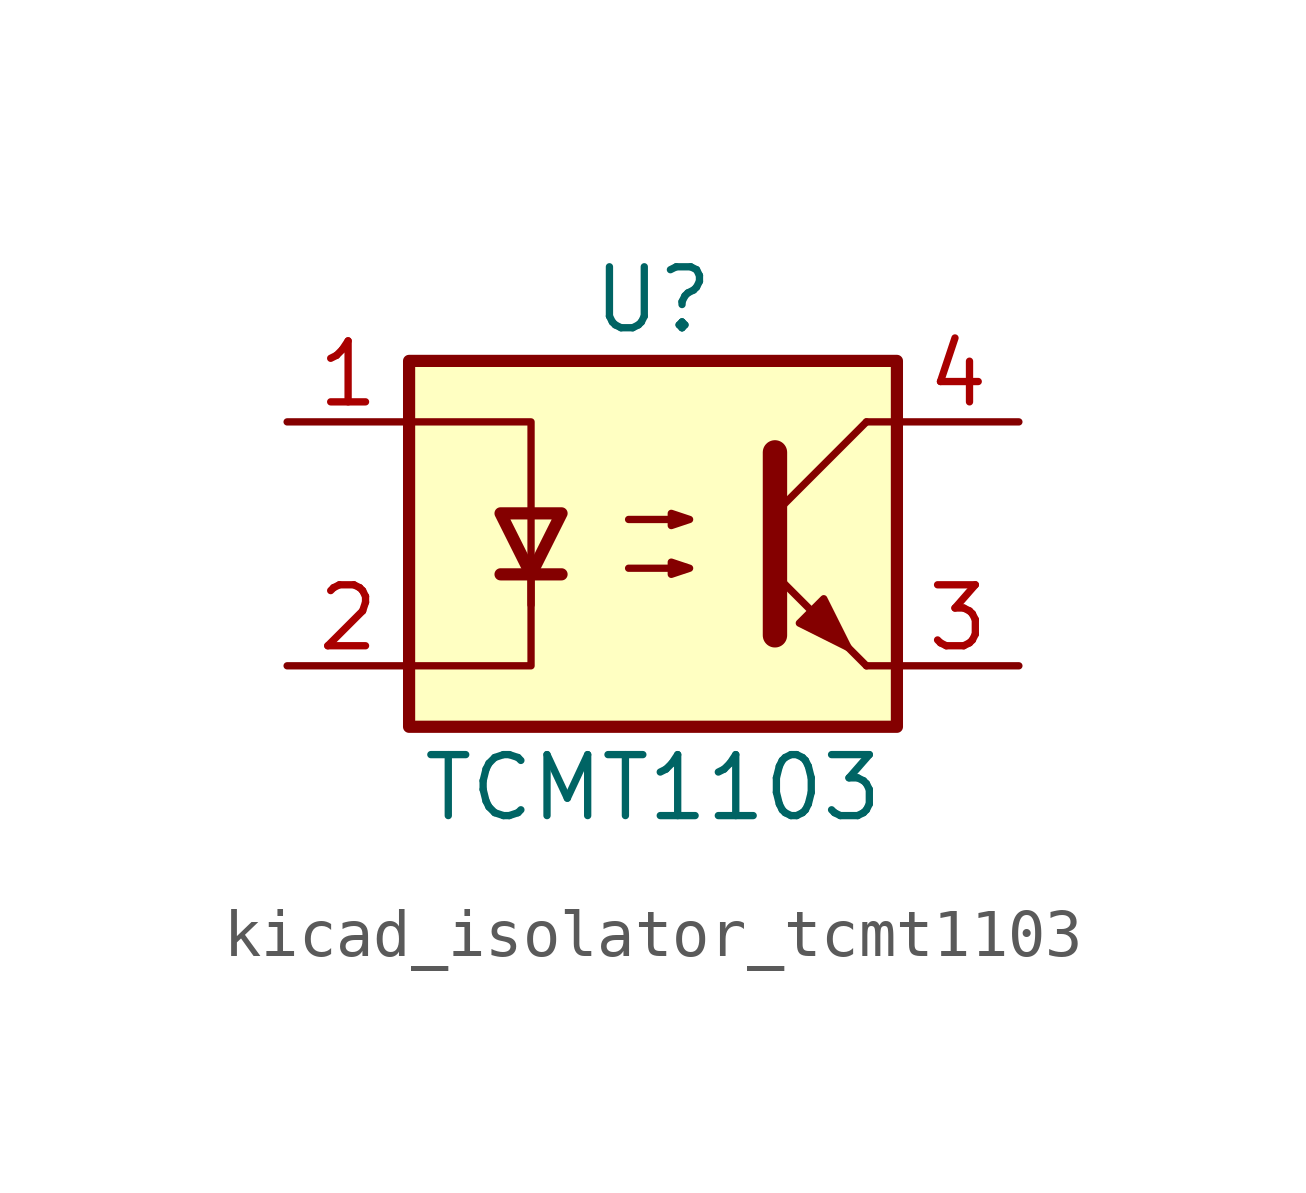
<source format=kicad_sym>
(kicad_symbol_lib
  (version 20220914)
  (generator kicad_symbol_editor)
  (symbol "kicad_isolator_tcmt1103"
    (pin_names
      (offset 1.016))
    (property "Reference" "U"
      (at 0 5.08 0)
      (effects (font (size 1.27 1.27))))
    (property "Value" "TCMT1103"
      (at 0 -5.08 0)
      (effects (font (size 1.27 1.27))))
    (symbol "kicad_isolator_tcmt1103_1_1"
      (rectangle (start -5.08 3.81) (end 5.08 -3.81) (stroke (width 0.254) (type default)) (fill (type background)))
      (polyline (pts (xy -3.175 -0.635) (xy -1.905 -0.635)) (stroke (width 0.254) (type default)) (fill (type none)))
      (polyline (pts (xy 2.54 0.635) (xy 4.445 2.54)) (stroke (width 0) (type default)) (fill (type none)))
      (polyline (pts (xy 4.445 -2.54) (xy 2.54 -0.635)) (stroke (width 0) (type default)) (fill (type outline)))
      (polyline (pts (xy 4.445 -2.54) (xy 5.08 -2.54)) (stroke (width 0) (type default)) (fill (type none)))
      (polyline (pts (xy 4.445 2.54) (xy 5.08 2.54)) (stroke (width 0) (type default)) (fill (type none)))
      (polyline (pts (xy -2.54 -0.635) (xy -2.54 -2.54) (xy -5.08 -2.54)) (stroke (width 0) (type default)) (fill (type none)))
      (polyline (pts (xy 2.54 1.905) (xy 2.54 -1.905) (xy 2.54 -1.905)) (stroke (width 0.508) (type default)) (fill (type none)))
      (polyline (pts (xy -5.08 2.54) (xy -2.54 2.54) (xy -2.54 -1.27) (xy -2.54 0.635)) (stroke (width 0) (type default)) (fill (type none)))
      (polyline (pts (xy -2.54 -0.635) (xy -3.175 0.635) (xy -1.905 0.635) (xy -2.54 -0.635)) (stroke (width 0.254) (type default)) (fill (type none)))
      (polyline (pts (xy -0.508 -0.508) (xy 0.762 -0.508) (xy 0.381 -0.635) (xy 0.381 -0.381) (xy 0.762 -0.508)) (stroke (width 0) (type default)) (fill (type none)))
      (polyline (pts (xy -0.508 0.508) (xy 0.762 0.508) (xy 0.381 0.381) (xy 0.381 0.635) (xy 0.762 0.508)) (stroke (width 0) (type default)) (fill (type none)))
      (polyline (pts (xy 3.048 -1.651) (xy 3.556 -1.143) (xy 4.064 -2.159) (xy 3.048 -1.651) (xy 3.048 -1.651)) (stroke (width 0) (type default)) (fill (type outline)))
      (pin passive line (at -7.62 2.54 0) (length 2.54) (name "~" (effects (font (size 1.27 1.27)))) (number "1" (effects (font (size 1.27 1.27)))))
      (pin passive line (at -7.62 -2.54 0) (length 2.54) (name "~" (effects (font (size 1.27 1.27)))) (number "2" (effects (font (size 1.27 1.27)))))
      (pin passive line (at 7.62 -2.54 180) (length 2.54) (name "~" (effects (font (size 1.27 1.27)))) (number "3" (effects (font (size 1.27 1.27)))))
      (pin passive line (at 7.62 2.54 180) (length 2.54) (name "~" (effects (font (size 1.27 1.27)))) (number "4" (effects (font (size 1.27 1.27))))))))
</source>
